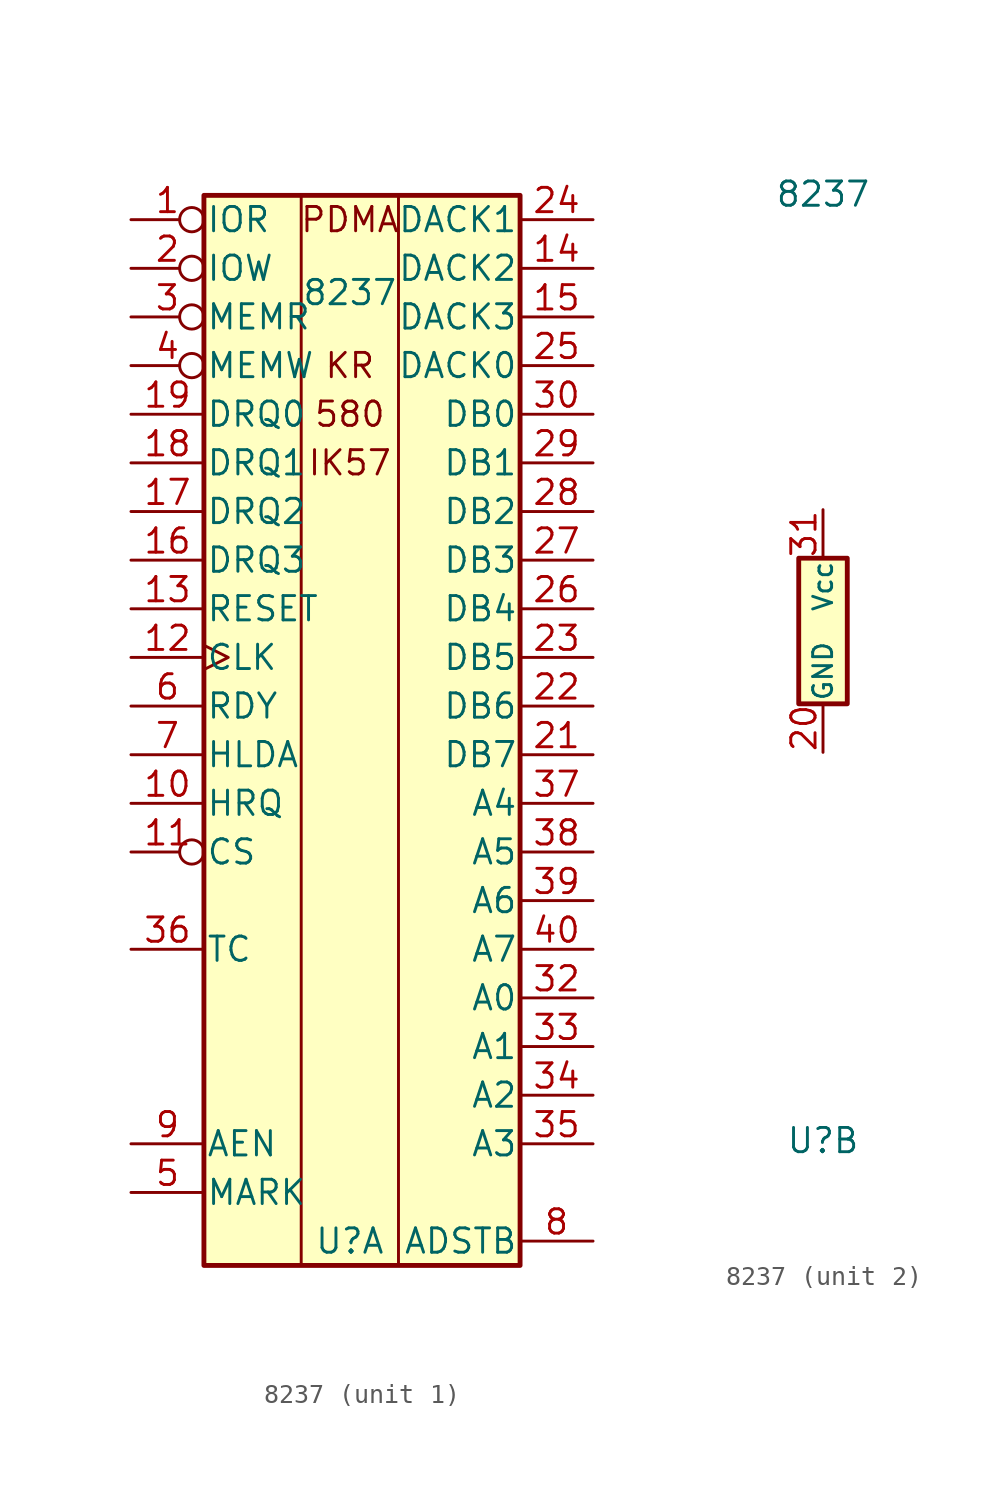
<source format=kicad_sym>
(kicad_symbol_lib
  (version 20211014)
  (generator kicad_symbol_editor)
  (symbol "8237"
    (pin_names
      (offset 0.102))
    (property "Reference" "U"
      (at 0 -26.67 0)
      (effects (font (size 1.27 1.27))))
    (property "Value" "8237"
      (at 0 22.86 0)
      (effects (font (size 1.27 1.27))))
    (property "ki_locked" ""
      (at 0 0 0)
      (effects (font (size 1.27 1.27))))
    (symbol "8237_1_0"
      (rectangle (start -2.54 27.94) (end -2.54 -27.94) (stroke (width 0) (type default) (color 0 0 0 0)) (fill (type none)))
      (rectangle (start 2.54 27.94) (end 2.54 -27.94) (stroke (width 0) (type default) (color 0 0 0 0)) (fill (type none))))
    (symbol "8237_1_1"
      (rectangle (start -7.62 -27.94) (end 8.89 27.94) (stroke (width 0.254) (type default) (color 0 0 0 0)) (fill (type background)))
      (text "580" (at 0 16.51 0) (effects (font (size 1.27 1.27))))
      (text "IK57" (at 0 13.97 0) (effects (font (size 1.27 1.27))))
      (text "KR" (at 0 19.05 0) (effects (font (size 1.27 1.27))))
      (text "PDMA" (at 0 26.67 0) (effects (font (size 1.27 1.27))))
      (pin bidirectional inverted (at -11.43 26.67 0) (length 3.81) (name "IOR" (effects (font (size 1.27 1.27)))) (number "1" (effects (font (size 1.27 1.27)))))
      (pin output line (at -11.43 -3.81 0) (length 3.81) (name "HRQ" (effects (font (size 1.27 1.27)))) (number "10" (effects (font (size 1.27 1.27)))))
      (pin input inverted (at -11.43 -6.35 0) (length 3.81) (name "CS" (effects (font (size 1.27 1.27)))) (number "11" (effects (font (size 1.27 1.27)))))
      (pin input clock (at -11.43 3.81 0) (length 3.81) (name "CLK" (effects (font (size 1.27 1.27)))) (number "12" (effects (font (size 1.27 1.27)))))
      (pin input line (at -11.43 6.35 0) (length 3.81) (name "RESET" (effects (font (size 1.27 1.27)))) (number "13" (effects (font (size 1.27 1.27)))))
      (pin output line (at 12.7 24.13 180) (length 3.81) (name "DACK2" (effects (font (size 1.27 1.27)))) (number "14" (effects (font (size 1.27 1.27)))))
      (pin output line (at 12.7 21.59 180) (length 3.81) (name "DACK3" (effects (font (size 1.27 1.27)))) (number "15" (effects (font (size 1.27 1.27)))))
      (pin input line (at -11.43 8.89 0) (length 3.81) (name "DRQ3" (effects (font (size 1.27 1.27)))) (number "16" (effects (font (size 1.27 1.27)))))
      (pin input line (at -11.43 11.43 0) (length 3.81) (name "DRQ2" (effects (font (size 1.27 1.27)))) (number "17" (effects (font (size 1.27 1.27)))))
      (pin input line (at -11.43 13.97 0) (length 3.81) (name "DRQ1" (effects (font (size 1.27 1.27)))) (number "18" (effects (font (size 1.27 1.27)))))
      (pin input line (at -11.43 16.51 0) (length 3.81) (name "DRQ0" (effects (font (size 1.27 1.27)))) (number "19" (effects (font (size 1.27 1.27)))))
      (pin bidirectional inverted (at -11.43 24.13 0) (length 3.81) (name "IOW" (effects (font (size 1.27 1.27)))) (number "2" (effects (font (size 1.27 1.27)))))
      (pin bidirectional line (at 12.7 -1.27 180) (length 3.81) (name "DB7" (effects (font (size 1.27 1.27)))) (number "21" (effects (font (size 1.27 1.27)))))
      (pin bidirectional line (at 12.7 1.27 180) (length 3.81) (name "DB6" (effects (font (size 1.27 1.27)))) (number "22" (effects (font (size 1.27 1.27)))))
      (pin bidirectional line (at 12.7 3.81 180) (length 3.81) (name "DB5" (effects (font (size 1.27 1.27)))) (number "23" (effects (font (size 1.27 1.27)))))
      (pin output line (at 12.7 26.67 180) (length 3.81) (name "DACK1" (effects (font (size 1.27 1.27)))) (number "24" (effects (font (size 1.27 1.27)))))
      (pin output line (at 12.7 19.05 180) (length 3.81) (name "DACK0" (effects (font (size 1.27 1.27)))) (number "25" (effects (font (size 1.27 1.27)))))
      (pin bidirectional line (at 12.7 6.35 180) (length 3.81) (name "DB4" (effects (font (size 1.27 1.27)))) (number "26" (effects (font (size 1.27 1.27)))))
      (pin bidirectional line (at 12.7 8.89 180) (length 3.81) (name "DB3" (effects (font (size 1.27 1.27)))) (number "27" (effects (font (size 1.27 1.27)))))
      (pin bidirectional line (at 12.7 11.43 180) (length 3.81) (name "DB2" (effects (font (size 1.27 1.27)))) (number "28" (effects (font (size 1.27 1.27)))))
      (pin bidirectional line (at 12.7 13.97 180) (length 3.81) (name "DB1" (effects (font (size 1.27 1.27)))) (number "29" (effects (font (size 1.27 1.27)))))
      (pin tri_state inverted (at -11.43 21.59 0) (length 3.81) (name "MEMR" (effects (font (size 1.27 1.27)))) (number "3" (effects (font (size 1.27 1.27)))))
      (pin bidirectional line (at 12.7 16.51 180) (length 3.81) (name "DB0" (effects (font (size 1.27 1.27)))) (number "30" (effects (font (size 1.27 1.27)))))
      (pin bidirectional line (at 12.7 -13.97 180) (length 3.81) (name "A0" (effects (font (size 1.27 1.27)))) (number "32" (effects (font (size 1.27 1.27)))))
      (pin bidirectional line (at 12.7 -16.51 180) (length 3.81) (name "A1" (effects (font (size 1.27 1.27)))) (number "33" (effects (font (size 1.27 1.27)))))
      (pin bidirectional line (at 12.7 -19.05 180) (length 3.81) (name "A2" (effects (font (size 1.27 1.27)))) (number "34" (effects (font (size 1.27 1.27)))))
      (pin bidirectional line (at 12.7 -21.59 180) (length 3.81) (name "A3" (effects (font (size 1.27 1.27)))) (number "35" (effects (font (size 1.27 1.27)))))
      (pin bidirectional line (at -11.43 -11.43 0) (length 3.81) (name "TC" (effects (font (size 1.27 1.27)))) (number "36" (effects (font (size 1.27 1.27)))))
      (pin tri_state line (at 12.7 -3.81 180) (length 3.81) (name "A4" (effects (font (size 1.27 1.27)))) (number "37" (effects (font (size 1.27 1.27)))))
      (pin tri_state line (at 12.7 -6.35 180) (length 3.81) (name "A5" (effects (font (size 1.27 1.27)))) (number "38" (effects (font (size 1.27 1.27)))))
      (pin tri_state line (at 12.7 -8.89 180) (length 3.81) (name "A6" (effects (font (size 1.27 1.27)))) (number "39" (effects (font (size 1.27 1.27)))))
      (pin tri_state inverted (at -11.43 19.05 0) (length 3.81) (name "MEMW" (effects (font (size 1.27 1.27)))) (number "4" (effects (font (size 1.27 1.27)))))
      (pin tri_state line (at 12.7 -11.43 180) (length 3.81) (name "A7" (effects (font (size 1.27 1.27)))) (number "40" (effects (font (size 1.27 1.27)))))
      (pin input line (at -11.43 -24.13 0) (length 3.81) (name "MARK" (effects (font (size 1.27 1.27)))) (number "5" (effects (font (size 1.27 1.27)))))
      (pin input line (at -11.43 1.27 0) (length 3.81) (name "RDY" (effects (font (size 1.27 1.27)))) (number "6" (effects (font (size 1.27 1.27)))))
      (pin input line (at -11.43 -1.27 0) (length 3.81) (name "HLDA" (effects (font (size 1.27 1.27)))) (number "7" (effects (font (size 1.27 1.27)))))
      (pin output line (at 12.7 -26.67 180) (length 3.81) (name "ADSTB" (effects (font (size 1.27 1.27)))) (number "8" (effects (font (size 1.27 1.27)))))
      (pin output line (at -11.43 -21.59 0) (length 3.81) (name "AEN" (effects (font (size 1.27 1.27)))) (number "9" (effects (font (size 1.27 1.27))))))
    (symbol "8237_2_1"
      (rectangle (start -1.27 -3.81) (end 1.27 3.81) (stroke (width 0.254) (type default) (color 0 0 0 0)) (fill (type background)))
      (pin power_in line (at 0 -6.35 90) (length 2.54) (name "GND" (effects (font (size 0.991 0.991)))) (number "20" (effects (font (size 1.27 1.27)))))
      (pin power_in line (at 0 6.35 270) (length 2.54) (name "Vcc" (effects (font (size 0.991 0.991)))) (number "31" (effects (font (size 1.27 1.27))))))))
</source>
